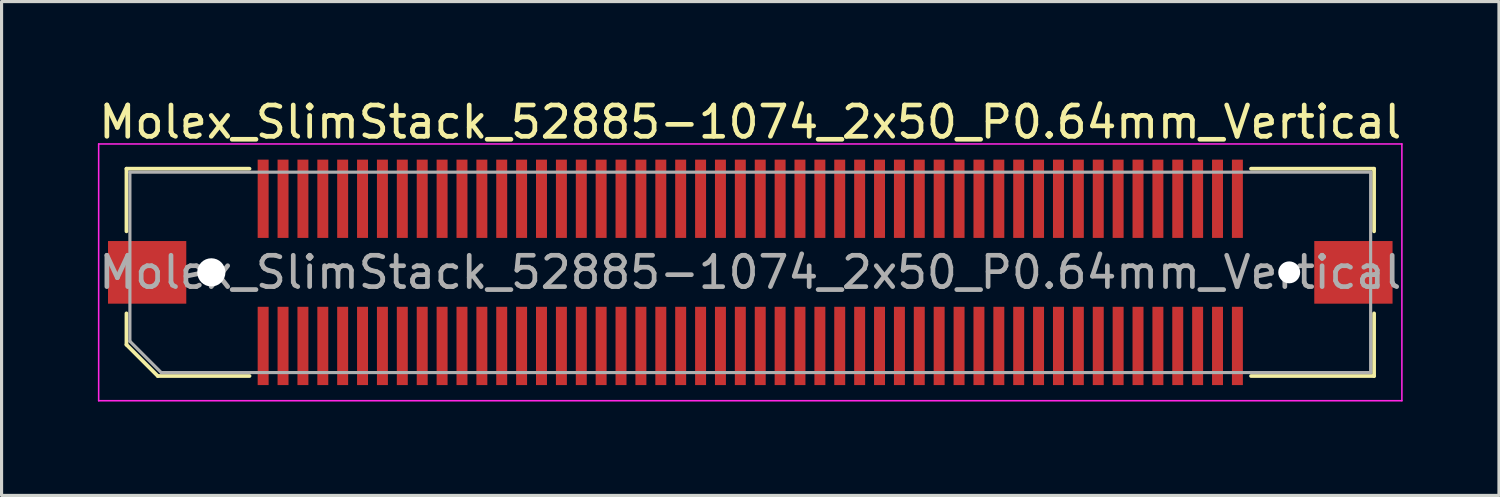
<source format=kicad_pcb>
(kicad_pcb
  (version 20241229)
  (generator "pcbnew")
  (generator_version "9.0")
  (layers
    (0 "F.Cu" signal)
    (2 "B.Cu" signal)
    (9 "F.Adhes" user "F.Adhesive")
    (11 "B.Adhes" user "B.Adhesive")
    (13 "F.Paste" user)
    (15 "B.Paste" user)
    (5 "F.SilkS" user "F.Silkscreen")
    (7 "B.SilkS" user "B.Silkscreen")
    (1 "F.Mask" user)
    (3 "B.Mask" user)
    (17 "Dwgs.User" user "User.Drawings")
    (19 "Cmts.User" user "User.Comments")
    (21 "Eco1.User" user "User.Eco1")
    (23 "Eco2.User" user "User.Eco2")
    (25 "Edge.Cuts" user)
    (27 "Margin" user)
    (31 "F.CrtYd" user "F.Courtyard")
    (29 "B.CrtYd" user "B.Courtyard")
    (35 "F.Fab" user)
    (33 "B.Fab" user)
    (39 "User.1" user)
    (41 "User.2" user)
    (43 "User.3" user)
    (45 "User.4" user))
  (footprint "Molex_SlimStack_52885-1074_2x50_P0.64mm_Vertical"
    (layer "F.Cu")
    (at 20.911 5.648)
    (property "Reference" "Molex_SlimStack_52885-1074_2x50_P0.64mm_Vertical" (at 0 -4.8 0) (layer "F.SilkS") (effects (font (size 1 1) (thickness 0.15))))
    (attr smd)
    (fp_line (start -19.922 -3.31) (end -15.992 -3.31) (stroke (width 0.12) (type solid)) (layer "F.SilkS"))
    (fp_line (start -19.922 -1.31) (end -19.922 -3.31) (stroke (width 0.12) (type solid)) (layer "F.SilkS"))
    (fp_line (start -19.922 2.31) (end -19.922 1.31) (stroke (width 0.12) (type solid)) (layer "F.SilkS"))
    (fp_line (start -18.922 3.31) (end -19.922 2.31) (stroke (width 0.12) (type solid)) (layer "F.SilkS"))
    (fp_line (start -15.992 3.31) (end -18.922 3.31) (stroke (width 0.12) (type solid)) (layer "F.SilkS"))
    (fp_line (start 15.992 3.31) (end 19.922 3.31) (stroke (width 0.12) (type solid)) (layer "F.SilkS"))
    (fp_line (start 19.922 -3.31) (end 15.992 -3.31) (stroke (width 0.12) (type solid)) (layer "F.SilkS"))
    (fp_line (start 19.922 -1.31) (end 19.922 -3.31) (stroke (width 0.12) (type solid)) (layer "F.SilkS"))
    (fp_line (start 19.922 3.31) (end 19.922 1.31) (stroke (width 0.12) (type solid)) (layer "F.SilkS"))
    (fp_line (start -20.81 -4.1) (end -20.81 4.1) (stroke (width 0.05) (type solid)) (layer "F.CrtYd"))
    (fp_line (start -20.81 4.1) (end 20.81 4.1) (stroke (width 0.05) (type solid)) (layer "F.CrtYd"))
    (fp_line (start 20.81 -4.1) (end -20.81 -4.1) (stroke (width 0.05) (type solid)) (layer "F.CrtYd"))
    (fp_line (start 20.81 4.1) (end 20.81 -4.1) (stroke (width 0.05) (type solid)) (layer "F.CrtYd"))
    (fp_line (start -19.812 -3.2) (end -19.812 2.2) (stroke (width 0.1) (type solid)) (layer "F.Fab"))
    (fp_line (start -19.812 2.2) (end -18.812 3.2) (stroke (width 0.1) (type solid)) (layer "F.Fab"))
    (fp_line (start -18.812 3.2) (end 19.812 3.2) (stroke (width 0.1) (type solid)) (layer "F.Fab"))
    (fp_line (start 19.812 -3.2) (end -19.812 -3.2) (stroke (width 0.1) (type solid)) (layer "F.Fab"))
    (fp_line (start 19.812 3.2) (end 19.812 -3.2) (stroke (width 0.1) (type solid)) (layer "F.Fab"))
    (fp_text user "${REFERENCE}" (at 0 0 0) (layer "F.Fab") (effects (font (size 1 1) (thickness 0.15))))
    (pad "" np_thru_hole circle (at -17.212 0) (size 0.9 0.9) (drill 0.9) (layers "*.Cu" "*.Mask"))
    (pad "" np_thru_hole circle (at 17.212 0) (size 0.7 0.7) (drill 0.7) (layers "*.Cu" "*.Mask"))
    (pad "1" smd rect (at -15.557 2.35) (size 0.35 2.5) (layers "F.Cu" "F.Mask" "F.Paste"))
    (pad "2" smd rect (at -15.557 -2.35) (size 0.35 2.5) (layers "F.Cu" "F.Mask" "F.Paste"))
    (pad "3" smd rect (at -14.922 2.35) (size 0.35 2.5) (layers "F.Cu" "F.Mask" "F.Paste"))
    (pad "4" smd rect (at -14.922 -2.35) (size 0.35 2.5) (layers "F.Cu" "F.Mask" "F.Paste"))
    (pad "5" smd rect (at -14.287 2.35) (size 0.35 2.5) (layers "F.Cu" "F.Mask" "F.Paste"))
    (pad "6" smd rect (at -14.287 -2.35) (size 0.35 2.5) (layers "F.Cu" "F.Mask" "F.Paste"))
    (pad "7" smd rect (at -13.652 2.35) (size 0.35 2.5) (layers "F.Cu" "F.Mask" "F.Paste"))
    (pad "8" smd rect (at -13.652 -2.35) (size 0.35 2.5) (layers "F.Cu" "F.Mask" "F.Paste"))
    (pad "9" smd rect (at -13.018 2.35) (size 0.35 2.5) (layers "F.Cu" "F.Mask" "F.Paste"))
    (pad "10" smd rect (at -13.018 -2.35) (size 0.35 2.5) (layers "F.Cu" "F.Mask" "F.Paste"))
    (pad "11" smd rect (at -12.383 2.35) (size 0.35 2.5) (layers "F.Cu" "F.Mask" "F.Paste"))
    (pad "12" smd rect (at -12.383 -2.35) (size 0.35 2.5) (layers "F.Cu" "F.Mask" "F.Paste"))
    (pad "13" smd rect (at -11.748 2.35) (size 0.35 2.5) (layers "F.Cu" "F.Mask" "F.Paste"))
    (pad "14" smd rect (at -11.748 -2.35) (size 0.35 2.5) (layers "F.Cu" "F.Mask" "F.Paste"))
    (pad "15" smd rect (at -11.113 2.35) (size 0.35 2.5) (layers "F.Cu" "F.Mask" "F.Paste"))
    (pad "16" smd rect (at -11.113 -2.35) (size 0.35 2.5) (layers "F.Cu" "F.Mask" "F.Paste"))
    (pad "17" smd rect (at -10.477 2.35) (size 0.35 2.5) (layers "F.Cu" "F.Mask" "F.Paste"))
    (pad "18" smd rect (at -10.477 -2.35) (size 0.35 2.5) (layers "F.Cu" "F.Mask" "F.Paste"))
    (pad "19" smd rect (at -9.842 2.35) (size 0.35 2.5) (layers "F.Cu" "F.Mask" "F.Paste"))
    (pad "20" smd rect (at -9.842 -2.35) (size 0.35 2.5) (layers "F.Cu" "F.Mask" "F.Paste"))
    (pad "21" smd rect (at -9.207 2.35) (size 0.35 2.5) (layers "F.Cu" "F.Mask" "F.Paste"))
    (pad "22" smd rect (at -9.207 -2.35) (size 0.35 2.5) (layers "F.Cu" "F.Mask" "F.Paste"))
    (pad "23" smd rect (at -8.572 2.35) (size 0.35 2.5) (layers "F.Cu" "F.Mask" "F.Paste"))
    (pad "24" smd rect (at -8.572 -2.35) (size 0.35 2.5) (layers "F.Cu" "F.Mask" "F.Paste"))
    (pad "25" smd rect (at -7.938 2.35) (size 0.35 2.5) (layers "F.Cu" "F.Mask" "F.Paste"))
    (pad "26" smd rect (at -7.938 -2.35) (size 0.35 2.5) (layers "F.Cu" "F.Mask" "F.Paste"))
    (pad "27" smd rect (at -7.303 2.35) (size 0.35 2.5) (layers "F.Cu" "F.Mask" "F.Paste"))
    (pad "28" smd rect (at -7.303 -2.35) (size 0.35 2.5) (layers "F.Cu" "F.Mask" "F.Paste"))
    (pad "29" smd rect (at -6.668 2.35) (size 0.35 2.5) (layers "F.Cu" "F.Mask" "F.Paste"))
    (pad "30" smd rect (at -6.668 -2.35) (size 0.35 2.5) (layers "F.Cu" "F.Mask" "F.Paste"))
    (pad "31" smd rect (at -6.032 2.35) (size 0.35 2.5) (layers "F.Cu" "F.Mask" "F.Paste"))
    (pad "32" smd rect (at -6.032 -2.35) (size 0.35 2.5) (layers "F.Cu" "F.Mask" "F.Paste"))
    (pad "33" smd rect (at -5.397 2.35) (size 0.35 2.5) (layers "F.Cu" "F.Mask" "F.Paste"))
    (pad "34" smd rect (at -5.397 -2.35) (size 0.35 2.5) (layers "F.Cu" "F.Mask" "F.Paste"))
    (pad "35" smd rect (at -4.763 2.35) (size 0.35 2.5) (layers "F.Cu" "F.Mask" "F.Paste"))
    (pad "36" smd rect (at -4.763 -2.35) (size 0.35 2.5) (layers "F.Cu" "F.Mask" "F.Paste"))
    (pad "37" smd rect (at -4.128 2.35) (size 0.35 2.5) (layers "F.Cu" "F.Mask" "F.Paste"))
    (pad "38" smd rect (at -4.128 -2.35) (size 0.35 2.5) (layers "F.Cu" "F.Mask" "F.Paste"))
    (pad "39" smd rect (at -3.493 2.35) (size 0.35 2.5) (layers "F.Cu" "F.Mask" "F.Paste"))
    (pad "40" smd rect (at -3.493 -2.35) (size 0.35 2.5) (layers "F.Cu" "F.Mask" "F.Paste"))
    (pad "41" smd rect (at -2.857 2.35) (size 0.35 2.5) (layers "F.Cu" "F.Mask" "F.Paste"))
    (pad "42" smd rect (at -2.857 -2.35) (size 0.35 2.5) (layers "F.Cu" "F.Mask" "F.Paste"))
    (pad "43" smd rect (at -2.223 2.35) (size 0.35 2.5) (layers "F.Cu" "F.Mask" "F.Paste"))
    (pad "44" smd rect (at -2.223 -2.35) (size 0.35 2.5) (layers "F.Cu" "F.Mask" "F.Paste"))
    (pad "45" smd rect (at -1.587 2.35) (size 0.35 2.5) (layers "F.Cu" "F.Mask" "F.Paste"))
    (pad "46" smd rect (at -1.587 -2.35) (size 0.35 2.5) (layers "F.Cu" "F.Mask" "F.Paste"))
    (pad "47" smd rect (at -0.953 2.35) (size 0.35 2.5) (layers "F.Cu" "F.Mask" "F.Paste"))
    (pad "48" smd rect (at -0.953 -2.35) (size 0.35 2.5) (layers "F.Cu" "F.Mask" "F.Paste"))
    (pad "49" smd rect (at -0.318 2.35) (size 0.35 2.5) (layers "F.Cu" "F.Mask" "F.Paste"))
    (pad "50" smd rect (at -0.318 -2.35) (size 0.35 2.5) (layers "F.Cu" "F.Mask" "F.Paste"))
    (pad "51" smd rect (at 0.318 2.35) (size 0.35 2.5) (layers "F.Cu" "F.Mask" "F.Paste"))
    (pad "52" smd rect (at 0.318 -2.35) (size 0.35 2.5) (layers "F.Cu" "F.Mask" "F.Paste"))
    (pad "53" smd rect (at 0.953 2.35) (size 0.35 2.5) (layers "F.Cu" "F.Mask" "F.Paste"))
    (pad "54" smd rect (at 0.953 -2.35) (size 0.35 2.5) (layers "F.Cu" "F.Mask" "F.Paste"))
    (pad "55" smd rect (at 1.587 2.35) (size 0.35 2.5) (layers "F.Cu" "F.Mask" "F.Paste"))
    (pad "56" smd rect (at 1.587 -2.35) (size 0.35 2.5) (layers "F.Cu" "F.Mask" "F.Paste"))
    (pad "57" smd rect (at 2.223 2.35) (size 0.35 2.5) (layers "F.Cu" "F.Mask" "F.Paste"))
    (pad "58" smd rect (at 2.223 -2.35) (size 0.35 2.5) (layers "F.Cu" "F.Mask" "F.Paste"))
    (pad "59" smd rect (at 2.857 2.35) (size 0.35 2.5) (layers "F.Cu" "F.Mask" "F.Paste"))
    (pad "60" smd rect (at 2.857 -2.35) (size 0.35 2.5) (layers "F.Cu" "F.Mask" "F.Paste"))
    (pad "61" smd rect (at 3.493 2.35) (size 0.35 2.5) (layers "F.Cu" "F.Mask" "F.Paste"))
    (pad "62" smd rect (at 3.493 -2.35) (size 0.35 2.5) (layers "F.Cu" "F.Mask" "F.Paste"))
    (pad "63" smd rect (at 4.128 2.35) (size 0.35 2.5) (layers "F.Cu" "F.Mask" "F.Paste"))
    (pad "64" smd rect (at 4.128 -2.35) (size 0.35 2.5) (layers "F.Cu" "F.Mask" "F.Paste"))
    (pad "65" smd rect (at 4.763 2.35) (size 0.35 2.5) (layers "F.Cu" "F.Mask" "F.Paste"))
    (pad "66" smd rect (at 4.763 -2.35) (size 0.35 2.5) (layers "F.Cu" "F.Mask" "F.Paste"))
    (pad "67" smd rect (at 5.397 2.35) (size 0.35 2.5) (layers "F.Cu" "F.Mask" "F.Paste"))
    (pad "68" smd rect (at 5.397 -2.35) (size 0.35 2.5) (layers "F.Cu" "F.Mask" "F.Paste"))
    (pad "69" smd rect (at 6.032 2.35) (size 0.35 2.5) (layers "F.Cu" "F.Mask" "F.Paste"))
    (pad "70" smd rect (at 6.032 -2.35) (size 0.35 2.5) (layers "F.Cu" "F.Mask" "F.Paste"))
    (pad "71" smd rect (at 6.668 2.35) (size 0.35 2.5) (layers "F.Cu" "F.Mask" "F.Paste"))
    (pad "72" smd rect (at 6.668 -2.35) (size 0.35 2.5) (layers "F.Cu" "F.Mask" "F.Paste"))
    (pad "73" smd rect (at 7.303 2.35) (size 0.35 2.5) (layers "F.Cu" "F.Mask" "F.Paste"))
    (pad "74" smd rect (at 7.303 -2.35) (size 0.35 2.5) (layers "F.Cu" "F.Mask" "F.Paste"))
    (pad "75" smd rect (at 7.938 2.35) (size 0.35 2.5) (layers "F.Cu" "F.Mask" "F.Paste"))
    (pad "76" smd rect (at 7.938 -2.35) (size 0.35 2.5) (layers "F.Cu" "F.Mask" "F.Paste"))
    (pad "77" smd rect (at 8.572 2.35) (size 0.35 2.5) (layers "F.Cu" "F.Mask" "F.Paste"))
    (pad "78" smd rect (at 8.572 -2.35) (size 0.35 2.5) (layers "F.Cu" "F.Mask" "F.Paste"))
    (pad "79" smd rect (at 9.207 2.35) (size 0.35 2.5) (layers "F.Cu" "F.Mask" "F.Paste"))
    (pad "80" smd rect (at 9.207 -2.35) (size 0.35 2.5) (layers "F.Cu" "F.Mask" "F.Paste"))
    (pad "81" smd rect (at 9.842 2.35) (size 0.35 2.5) (layers "F.Cu" "F.Mask" "F.Paste"))
    (pad "82" smd rect (at 9.842 -2.35) (size 0.35 2.5) (layers "F.Cu" "F.Mask" "F.Paste"))
    (pad "83" smd rect (at 10.477 2.35) (size 0.35 2.5) (layers "F.Cu" "F.Mask" "F.Paste"))
    (pad "84" smd rect (at 10.477 -2.35) (size 0.35 2.5) (layers "F.Cu" "F.Mask" "F.Paste"))
    (pad "85" smd rect (at 11.113 2.35) (size 0.35 2.5) (layers "F.Cu" "F.Mask" "F.Paste"))
    (pad "86" smd rect (at 11.113 -2.35) (size 0.35 2.5) (layers "F.Cu" "F.Mask" "F.Paste"))
    (pad "87" smd rect (at 11.748 2.35) (size 0.35 2.5) (layers "F.Cu" "F.Mask" "F.Paste"))
    (pad "88" smd rect (at 11.748 -2.35) (size 0.35 2.5) (layers "F.Cu" "F.Mask" "F.Paste"))
    (pad "89" smd rect (at 12.383 2.35) (size 0.35 2.5) (layers "F.Cu" "F.Mask" "F.Paste"))
    (pad "90" smd rect (at 12.383 -2.35) (size 0.35 2.5) (layers "F.Cu" "F.Mask" "F.Paste"))
    (pad "91" smd rect (at 13.018 2.35) (size 0.35 2.5) (layers "F.Cu" "F.Mask" "F.Paste"))
    (pad "92" smd rect (at 13.018 -2.35) (size 0.35 2.5) (layers "F.Cu" "F.Mask" "F.Paste"))
    (pad "93" smd rect (at 13.652 2.35) (size 0.35 2.5) (layers "F.Cu" "F.Mask" "F.Paste"))
    (pad "94" smd rect (at 13.652 -2.35) (size 0.35 2.5) (layers "F.Cu" "F.Mask" "F.Paste"))
    (pad "95" smd rect (at 14.287 2.35) (size 0.35 2.5) (layers "F.Cu" "F.Mask" "F.Paste"))
    (pad "96" smd rect (at 14.287 -2.35) (size 0.35 2.5) (layers "F.Cu" "F.Mask" "F.Paste"))
    (pad "97" smd rect (at 14.922 2.35) (size 0.35 2.5) (layers "F.Cu" "F.Mask" "F.Paste"))
    (pad "98" smd rect (at 14.922 -2.35) (size 0.35 2.5) (layers "F.Cu" "F.Mask" "F.Paste"))
    (pad "99" smd rect (at 15.557 2.35) (size 0.35 2.5) (layers "F.Cu" "F.Mask" "F.Paste"))
    (pad "100" smd rect (at 15.557 -2.35) (size 0.35 2.5) (layers "F.Cu" "F.Mask" "F.Paste"))
    (pad "MP" smd rect (at -19.262 0) (size 2.5 2) (layers "F.Cu" "F.Mask" "F.Paste"))
    (pad "MP" smd rect (at 19.262 0) (size 2.5 2) (layers "F.Cu" "F.Mask" "F.Paste")))
  (gr_rect
    (start -3 -3)
    (end 44.821 12.773)
    (stroke (width 0.1) (type default))
    (fill no)
    (layer "Edge.Cuts")))
</source>
